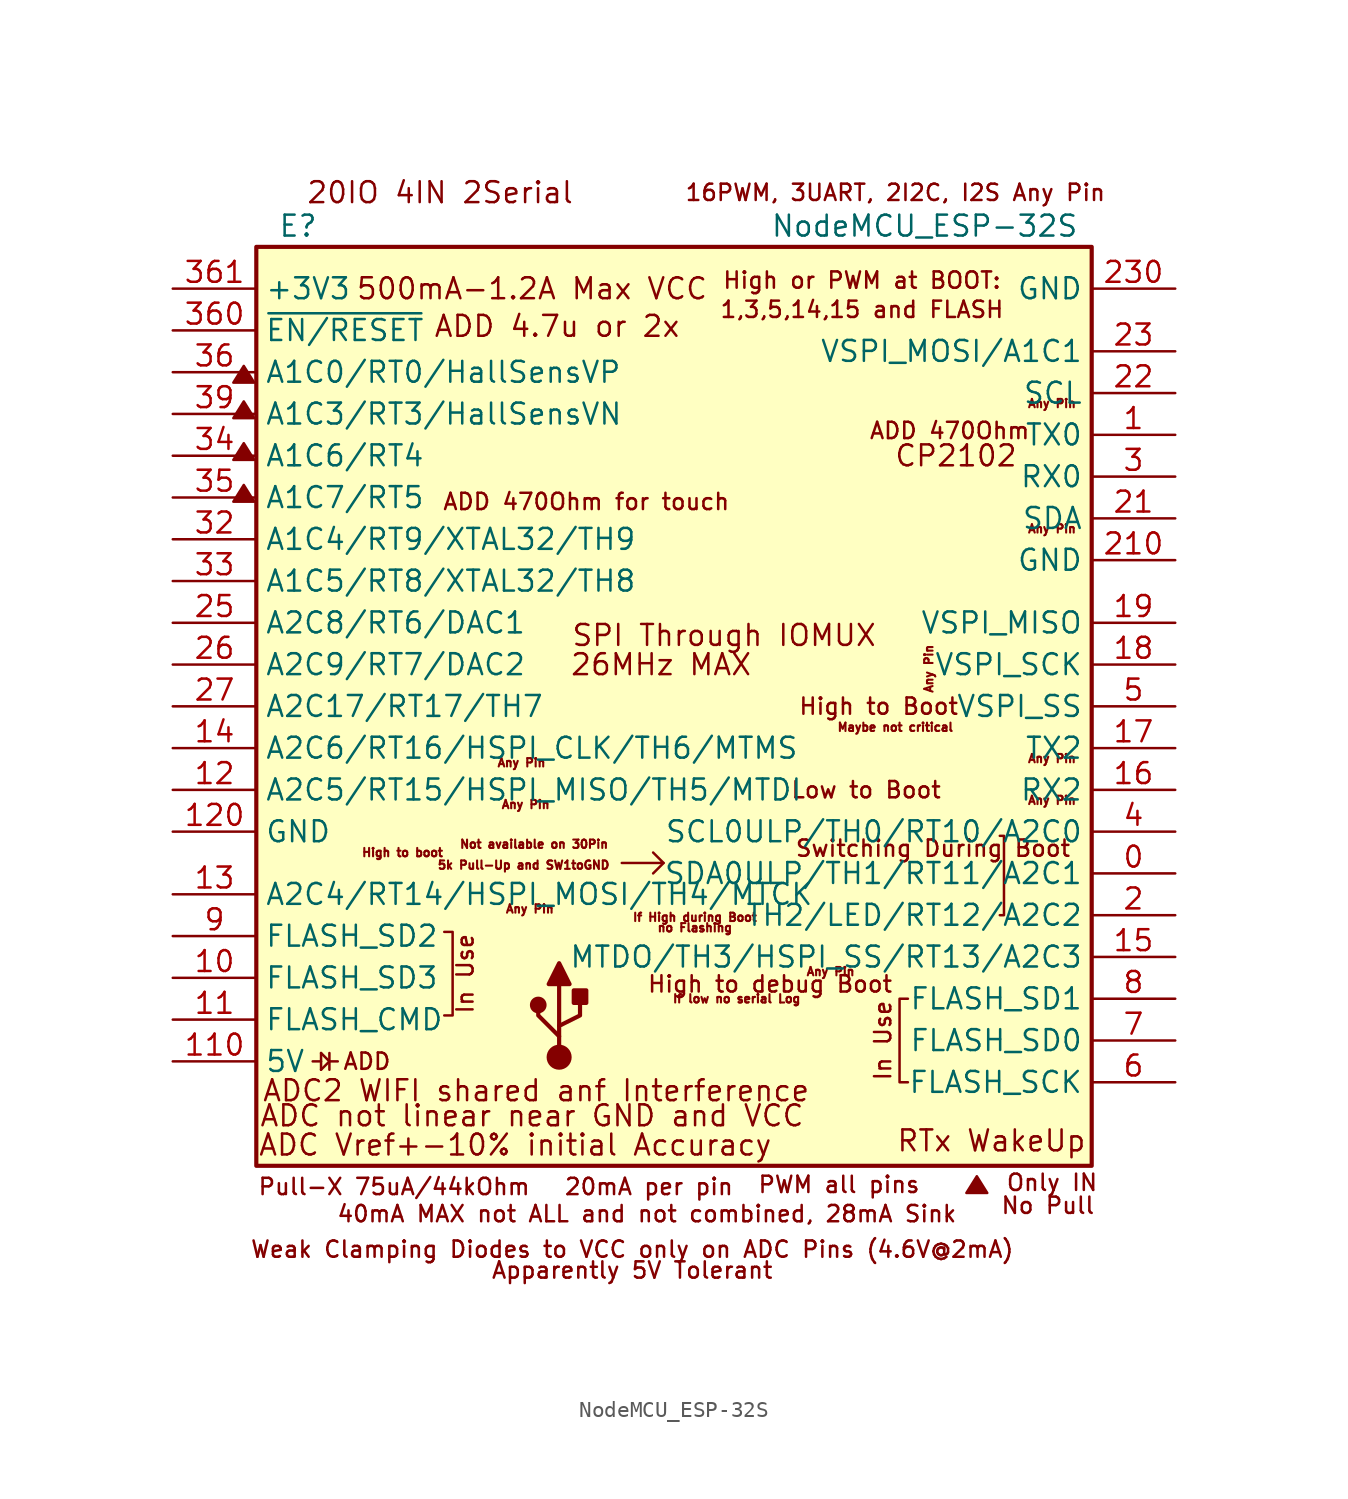
<source format=kicad_sym>
(kicad_symbol_lib
  (version 20231120)
  (generator "kicad_symbol_editor")
  (generator_version "8.0")
  (symbol "NodeMCU_ESP-32S"
    (property "Reference" "E"
      (at -22.86 29.21 0)
      (effects (font (size 1.27 1.27))))
    (property "Value" "NodeMCU_ESP-32S"
      (at 15.24 29.21 0)
      (effects (font (size 1.27 1.27))))
    (symbol "NodeMCU_ESP-32S_0_0"
      (text " 26MHz MAX" (at -1.27 2.54 0) (effects (font (size 1.27 1.27))))
      (text "ADD 4.7u or 2x" (at -7.112 23.114 0) (effects (font (size 1.27 1.27))))
      (text "ADD 470Ohm" (at 16.764 16.764 0) (effects (font (size 0.991 0.991))))
      (text "CP2102" (at 17.145 15.24 0) (effects (font (size 1.27 1.27)))))
    (symbol "NodeMCU_ESP-32S_0_1"
      (rectangle (start -25.4 27.94) (end 25.4 -27.94) (stroke (width 0.254) (type default)) (fill (type background)))
      (polyline (pts (xy -13.97 -13.716) (xy -13.462 -13.716) (xy -13.462 -18.796) (xy -13.97 -18.796)) (stroke (width 0) (type default)) (fill (type none)))
      (polyline (pts (xy 14.224 -17.78) (xy 13.716 -17.78) (xy 13.716 -22.86) (xy 14.224 -22.86)) (stroke (width 0) (type default)) (fill (type none))))
    (symbol "NodeMCU_ESP-32S_1_1"
      (circle (center -8.255 -18.161) (radius 0.381) (stroke (width 0.254) (type default)) (fill (type outline)))
      (circle (center -6.985 -21.336) (radius 0.635) (stroke (width 0.254) (type default)) (fill (type outline)))
      (rectangle (start -6.096 -17.272) (end -5.334 -18.034) (stroke (width 0.254) (type default)) (fill (type outline)))
      (polyline (pts (xy -21.463 -22.098) (xy -21.463 -21.082)) (stroke (width 0) (type default)) (fill (type none)))
      (polyline (pts (xy -21.463 -21.59) (xy -21.971 -21.59)) (stroke (width 0) (type default)) (fill (type none)))
      (polyline (pts (xy -20.955 -22.098) (xy -20.955 -21.082)) (stroke (width 0) (type default)) (fill (type none)))
      (polyline (pts (xy -20.955 -21.59) (xy -20.447 -21.59)) (stroke (width 0) (type default)) (fill (type none)))
      (polyline (pts (xy -6.985 -19.431) (xy -6.985 -16.891)) (stroke (width 0.254) (type default)) (fill (type none)))
      (polyline (pts (xy -21.463 -22.098) (xy -20.955 -21.59) (xy -21.463 -21.082)) (stroke (width 0) (type default)) (fill (type none)))
      (polyline (pts (xy -3.175 -9.525) (xy -0.635 -9.525) (xy -1.27 -8.89)) (stroke (width 0) (type default)) (fill (type none)))
      (polyline (pts (xy -0.635 -9.525) (xy -1.27 -10.16) (xy -1.27 -10.16)) (stroke (width 0) (type default)) (fill (type none)))
      (polyline (pts (xy -7.62 -16.891) (xy -6.35 -16.891) (xy -6.985 -15.621) (xy -7.62 -16.891)) (stroke (width 0.254) (type default)) (fill (type outline)))
      (polyline (pts (xy -6.985 -20.701) (xy -6.985 -20.066) (xy -8.255 -18.796) (xy -8.255 -18.161)) (stroke (width 0.254) (type default)) (fill (type none)))
      (polyline (pts (xy -6.985 -20.066) (xy -6.985 -19.431) (xy -5.715 -18.796) (xy -5.715 -17.526)) (stroke (width 0.254) (type default)) (fill (type none)))
      (polyline (pts (xy 19.812 -7.874) (xy 20.066 -7.874) (xy 20.066 -12.7) (xy 19.812 -12.7)) (stroke (width 0) (type default)) (fill (type none)))
      (polyline (pts (xy -26.797 12.446) (xy -26.162 13.462) (xy -25.527 12.446) (xy -26.797 12.446) (xy -26.162 13.335) (xy -25.654 12.446) (xy -26.67 12.573) (xy -26.162 13.208) (xy -25.781 12.446) (xy -26.543 12.7) (xy -26.035 13.081) (xy -25.908 12.446) (xy -26.416 12.827) (xy -25.908 12.954) (xy -26.035 12.573) (xy -26.289 12.827) (xy -26.035 12.7) (xy -26.162 12.954)) (stroke (width 0) (type default)) (fill (type none)))
      (polyline (pts (xy -26.797 14.986) (xy -26.162 16.002) (xy -25.527 14.986) (xy -26.797 14.986) (xy -26.162 15.875) (xy -25.654 14.986) (xy -26.67 15.113) (xy -26.162 15.748) (xy -25.781 14.986) (xy -26.543 15.24) (xy -26.035 15.621) (xy -25.908 14.986) (xy -26.416 15.367) (xy -25.908 15.494) (xy -26.035 15.113) (xy -26.289 15.367) (xy -26.035 15.24) (xy -26.162 15.494)) (stroke (width 0) (type default)) (fill (type none)))
      (polyline (pts (xy -26.797 17.526) (xy -26.162 18.542) (xy -25.527 17.526) (xy -26.797 17.526) (xy -26.162 18.415) (xy -25.654 17.526) (xy -26.67 17.653) (xy -26.162 18.288) (xy -25.781 17.526) (xy -26.543 17.78) (xy -26.035 18.161) (xy -25.908 17.526) (xy -26.416 17.907) (xy -25.908 18.034) (xy -26.035 17.653) (xy -26.289 17.907) (xy -26.035 17.78) (xy -26.162 18.034)) (stroke (width 0) (type default)) (fill (type none)))
      (polyline (pts (xy -26.797 19.685) (xy -26.162 20.701) (xy -25.527 19.685) (xy -26.797 19.685) (xy -26.162 20.574) (xy -25.654 19.685) (xy -26.67 19.812) (xy -26.162 20.447) (xy -25.781 19.685) (xy -26.543 19.939) (xy -26.035 20.32) (xy -25.908 19.685) (xy -26.416 20.066) (xy -25.908 20.193) (xy -26.035 19.812) (xy -26.289 20.066) (xy -26.035 19.939) (xy -26.162 20.193)) (stroke (width 0) (type default)) (fill (type none)))
      (polyline (pts (xy 17.78 -29.591) (xy 18.415 -28.575) (xy 19.05 -29.591) (xy 17.78 -29.591) (xy 18.415 -28.702) (xy 18.923 -29.591) (xy 17.907 -29.464) (xy 18.415 -28.829) (xy 18.796 -29.591) (xy 18.034 -29.337) (xy 18.542 -28.956) (xy 18.669 -29.591) (xy 18.161 -29.21) (xy 18.669 -29.083) (xy 18.542 -29.464) (xy 18.288 -29.21) (xy 18.542 -29.337) (xy 18.415 -29.083)) (stroke (width 0) (type default)) (fill (type none)))
      (text "1,3,5,14,15 and FLASH" (at 11.43 24.13 0) (effects (font (size 0.991 0.991))))
      (text "16PWM, 3UART, 2I2C, I2S Any Pin" (at 13.462 31.242 0) (effects (font (size 0.991 0.991))))
      (text "20IO 4IN 2Serial" (at -14.224 31.242 0) (effects (font (size 1.27 1.27))))
      (text "20mA per pin" (at -1.524 -29.21 0) (effects (font (size 0.991 0.991))))
      (text "40mA MAX not ALL and not combined, 28mA Sink" (at -1.651 -30.861 0) (effects (font (size 0.991 0.991))))
      (text "500mA-1.2A Max VCC" (at -8.636 25.4 0) (effects (font (size 1.27 1.27))))
      (text "5k Pull-Up and SW1toGND" (at -9.144 -9.652 0) (effects (font (size 0.508 0.508))))
      (text "ADC not linear near GND and VCC" (at -8.636 -24.892 0) (effects (font (size 1.27 1.27))))
      (text "ADC Vref+-10% initial Accuracy" (at -9.652 -26.67 0) (effects (font (size 1.27 1.27))))
      (text "ADC2 WIFI shared anf Interference" (at -8.382 -23.368 0) (effects (font (size 1.27 1.27))))
      (text "ADD" (at -18.669 -21.59 0) (effects (font (size 0.991 0.991))))
      (text "ADD 470Ohm for touch" (at -5.334 12.446 0) (effects (font (size 0.991 0.991))))
      (text "Any Pin" (at -9.271 -3.429 0) (effects (font (size 0.508 0.508))))
      (text "Any Pin" (at -9.017 -5.969 0) (effects (font (size 0.508 0.508))))
      (text "Any Pin" (at -8.763 -12.319 0) (effects (font (size 0.508 0.508))))
      (text "Any Pin" (at 9.525 -16.129 0) (effects (font (size 0.508 0.508))))
      (text "Any Pin" (at 15.494 2.286 900) (effects (font (size 0.508 0.508))))
      (text "Any Pin" (at 22.987 -5.715 0) (effects (font (size 0.508 0.508))))
      (text "Any Pin" (at 22.987 -3.175 0) (effects (font (size 0.508 0.508))))
      (text "Any Pin" (at 22.987 10.795 0) (effects (font (size 0.508 0.508))))
      (text "Any Pin" (at 22.987 18.415 0) (effects (font (size 0.508 0.508))))
      (text "Apparently 5V Tolerant" (at -2.54 -34.29 0) (effects (font (size 0.991 0.991))))
      (text "High or PWM at BOOT:" (at 11.43 25.908 0) (effects (font (size 0.991 0.991))))
      (text "High to boot" (at -16.51 -8.89 0) (effects (font (size 0.508 0.508))))
      (text "High to Boot" (at 12.446 0 0) (effects (font (size 0.991 0.991))))
      (text "High to debug Boot" (at 5.842 -16.891 0) (effects (font (size 0.991 0.991))))
      (text "If High during Boot" (at 1.27 -12.827 0) (effects (font (size 0.508 0.508))))
      (text "If low no serial Log" (at 3.81 -17.78 0) (effects (font (size 0.508 0.508))))
      (text "In Use" (at -12.7 -16.256 900) (effects (font (size 0.991 0.991))))
      (text "In Use" (at 12.7 -20.32 900) (effects (font (size 0.991 0.991))))
      (text "Low to Boot" (at 11.684 -5.08 0) (effects (font (size 0.991 0.991))))
      (text "Maybe not critical" (at 13.462 -1.27 0) (effects (font (size 0.508 0.508))))
      (text "no Flashing" (at 1.27 -13.462 0) (effects (font (size 0.508 0.508))))
      (text "No Pull" (at 22.733 -30.353 0) (effects (font (size 0.991 0.991))))
      (text "Not available on 30Pin" (at -8.509 -8.382 0) (effects (font (size 0.508 0.508))))
      (text "Only IN" (at 22.987 -28.956 0) (effects (font (size 0.991 0.991))))
      (text "Pull-X 75uA/44kOhm" (at -17.018 -29.21 0) (effects (font (size 0.991 0.991))))
      (text "PWM all pins" (at 10.033 -29.083 0) (effects (font (size 0.991 0.991))))
      (text "RTx WakeUp" (at 19.304 -26.416 0) (effects (font (size 1.27 1.27))))
      (text "SPI Through IOMUX" (at 3.048 4.318 0) (effects (font (size 1.27 1.27))))
      (text "Switching During Boot" (at 15.748 -8.636 0) (effects (font (size 0.991 0.991))))
      (text "Weak Clamping Diodes to VCC only on ADC Pins (4.6V@2mA)" (at -2.54 -33.02 0) (effects (font (size 0.991 0.991))))
      (pin bidirectional line (at 30.48 -10.16 180) (length 5.08) (name "SDA0ULP/TH1/RT11/A2C1" (effects (font (size 1.27 1.27)))) (number "0" (effects (font (size 1.27 1.27)))))
      (pin bidirectional line (at 30.48 16.51 180) (length 5.08) (name "TX0" (effects (font (size 1.27 1.27)))) (number "1" (effects (font (size 1.27 1.27)))))
      (pin bidirectional line (at -30.48 -16.51 0) (length 5.08) (name "FLASH_SD3" (effects (font (size 1.27 1.27)))) (number "10" (effects (font (size 1.27 1.27)))))
      (pin bidirectional line (at -30.48 -19.05 0) (length 5.08) (name "FLASH_CMD" (effects (font (size 1.27 1.27)))) (number "11" (effects (font (size 1.27 1.27)))))
      (pin power_in line (at -30.48 -21.59 0) (length 5.08) (name "5V" (effects (font (size 1.27 1.27)))) (number "110" (effects (font (size 1.27 1.27)))))
      (pin bidirectional line (at -30.48 -5.08 0) (length 5.08) (name "A2C5/RT15/HSPI_MISO/TH5/MTDI" (effects (font (size 1.27 1.27)))) (number "12" (effects (font (size 1.27 1.27)))))
      (pin power_in line (at -30.48 -7.62 0) (length 5.08) (name "GND" (effects (font (size 1.27 1.27)))) (number "120" (effects (font (size 1.27 1.27)))))
      (pin bidirectional line (at -30.48 -11.43 0) (length 5.08) (name "A2C4/RT14/HSPI_MOSI/TH4/MTCK" (effects (font (size 1.27 1.27)))) (number "13" (effects (font (size 1.27 1.27)))))
      (pin bidirectional line (at -30.48 -2.54 0) (length 5.08) (name "A2C6/RT16/HSPI_CLK/TH6/MTMS" (effects (font (size 1.27 1.27)))) (number "14" (effects (font (size 1.27 1.27)))))
      (pin bidirectional line (at 30.48 -15.24 180) (length 5.08) (name "MTDO/TH3/HSPI_SS/RT13/A2C3" (effects (font (size 1.27 1.27)))) (number "15" (effects (font (size 1.27 1.27)))))
      (pin bidirectional line (at 30.48 -5.08 180) (length 5.08) (name "RX2" (effects (font (size 1.27 1.27)))) (number "16" (effects (font (size 1.27 1.27)))))
      (pin bidirectional line (at 30.48 -2.54 180) (length 5.08) (name "TX2" (effects (font (size 1.27 1.27)))) (number "17" (effects (font (size 1.27 1.27)))))
      (pin bidirectional line (at 30.48 2.54 180) (length 5.08) (name "VSPI_SCK" (effects (font (size 1.27 1.27)))) (number "18" (effects (font (size 1.27 1.27)))))
      (pin bidirectional line (at 30.48 5.08 180) (length 5.08) (name "VSPI_MISO" (effects (font (size 1.27 1.27)))) (number "19" (effects (font (size 1.27 1.27)))))
      (pin bidirectional line (at 30.48 -12.7 180) (length 5.08) (name "TH2/LED/RT12/A2C2" (effects (font (size 1.27 1.27)))) (number "2" (effects (font (size 1.27 1.27)))))
      (pin bidirectional line (at 30.48 11.43 180) (length 5.08) (name "SDA" (effects (font (size 1.27 1.27)))) (number "21" (effects (font (size 1.27 1.27)))))
      (pin power_in line (at 30.48 8.89 180) (length 5.08) (name "GND" (effects (font (size 1.27 1.27)))) (number "210" (effects (font (size 1.27 1.27)))))
      (pin bidirectional line (at 30.48 19.05 180) (length 5.08) (name "SCL" (effects (font (size 1.27 1.27)))) (number "22" (effects (font (size 1.27 1.27)))))
      (pin bidirectional line (at 30.48 21.59 180) (length 5.08) (name "VSPI_MOSI/A1C1" (effects (font (size 1.27 1.27)))) (number "23" (effects (font (size 1.27 1.27)))))
      (pin power_in line (at 30.48 25.4 180) (length 5.08) (name "GND" (effects (font (size 1.27 1.27)))) (number "230" (effects (font (size 1.27 1.27)))))
      (pin bidirectional line (at -30.48 5.08 0) (length 5.08) (name "A2C8/RT6/DAC1" (effects (font (size 1.27 1.27)))) (number "25" (effects (font (size 1.27 1.27)))))
      (pin bidirectional line (at -30.48 2.54 0) (length 5.08) (name "A2C9/RT7/DAC2" (effects (font (size 1.27 1.27)))) (number "26" (effects (font (size 1.27 1.27)))))
      (pin bidirectional line (at -30.48 0 0) (length 5.08) (name "A2C17/RT17/TH7" (effects (font (size 1.27 1.27)))) (number "27" (effects (font (size 1.27 1.27)))))
      (pin bidirectional line (at 30.48 13.97 180) (length 5.08) (name "RX0" (effects (font (size 1.27 1.27)))) (number "3" (effects (font (size 1.27 1.27)))))
      (pin bidirectional line (at -30.48 10.16 0) (length 5.08) (name "A1C4/RT9/XTAL32/TH9" (effects (font (size 1.27 1.27)))) (number "32" (effects (font (size 1.27 1.27)))))
      (pin bidirectional line (at -30.48 7.62 0) (length 5.08) (name "A1C5/RT8/XTAL32/TH8" (effects (font (size 1.27 1.27)))) (number "33" (effects (font (size 1.27 1.27)))))
      (pin input line (at -30.48 15.24 0) (length 5.08) (name "A1C6/RT4" (effects (font (size 1.27 1.27)))) (number "34" (effects (font (size 1.27 1.27)))))
      (pin input line (at -30.48 12.7 0) (length 5.08) (name "A1C7/RT5" (effects (font (size 1.27 1.27)))) (number "35" (effects (font (size 1.27 1.27)))))
      (pin input line (at -30.48 20.32 0) (length 5.08) (name "A1C0/RT0/HallSensVP" (effects (font (size 1.27 1.27)))) (number "36" (effects (font (size 1.27 1.27)))))
      (pin input line (at -30.48 22.86 0) (length 5.08) (name "~{EN/RESET}" (effects (font (size 1.27 1.27)))) (number "360" (effects (font (size 1.27 1.27)))))
      (pin power_in line (at -30.48 25.4 0) (length 5.08) (name "+3V3" (effects (font (size 1.27 1.27)))) (number "361" (effects (font (size 1.27 1.27)))))
      (pin input line (at -30.48 17.78 0) (length 5.08) (name "A1C3/RT3/HallSensVN" (effects (font (size 1.27 1.27)))) (number "39" (effects (font (size 1.27 1.27)))))
      (pin bidirectional line (at 30.48 -7.62 180) (length 5.08) (name "SCL0ULP/TH0/RT10/A2C0" (effects (font (size 1.27 1.27)))) (number "4" (effects (font (size 1.27 1.27)))))
      (pin bidirectional line (at 30.48 0 180) (length 5.08) (name "VSPI_SS" (effects (font (size 1.27 1.27)))) (number "5" (effects (font (size 1.27 1.27)))))
      (pin bidirectional line (at 30.48 -22.86 180) (length 5.08) (name "FLASH_SCK" (effects (font (size 1.27 1.27)))) (number "6" (effects (font (size 1.27 1.27)))))
      (pin bidirectional line (at 30.48 -20.32 180) (length 5.08) (name "FLASH_SD0" (effects (font (size 1.27 1.27)))) (number "7" (effects (font (size 1.27 1.27)))))
      (pin bidirectional line (at 30.48 -17.78 180) (length 5.08) (name "FLASH_SD1" (effects (font (size 1.27 1.27)))) (number "8" (effects (font (size 1.27 1.27)))))
      (pin bidirectional line (at -30.48 -13.97 0) (length 5.08) (name "FLASH_SD2" (effects (font (size 1.27 1.27)))) (number "9" (effects (font (size 1.27 1.27)))))
      (pin no_connect line (at 30.48 -25.4 180) (length 5.08) hide (name "" (effects (font (size 1.27 1.27)))) (number "99" (effects (font (size 1.27 1.27))))))))
</source>
